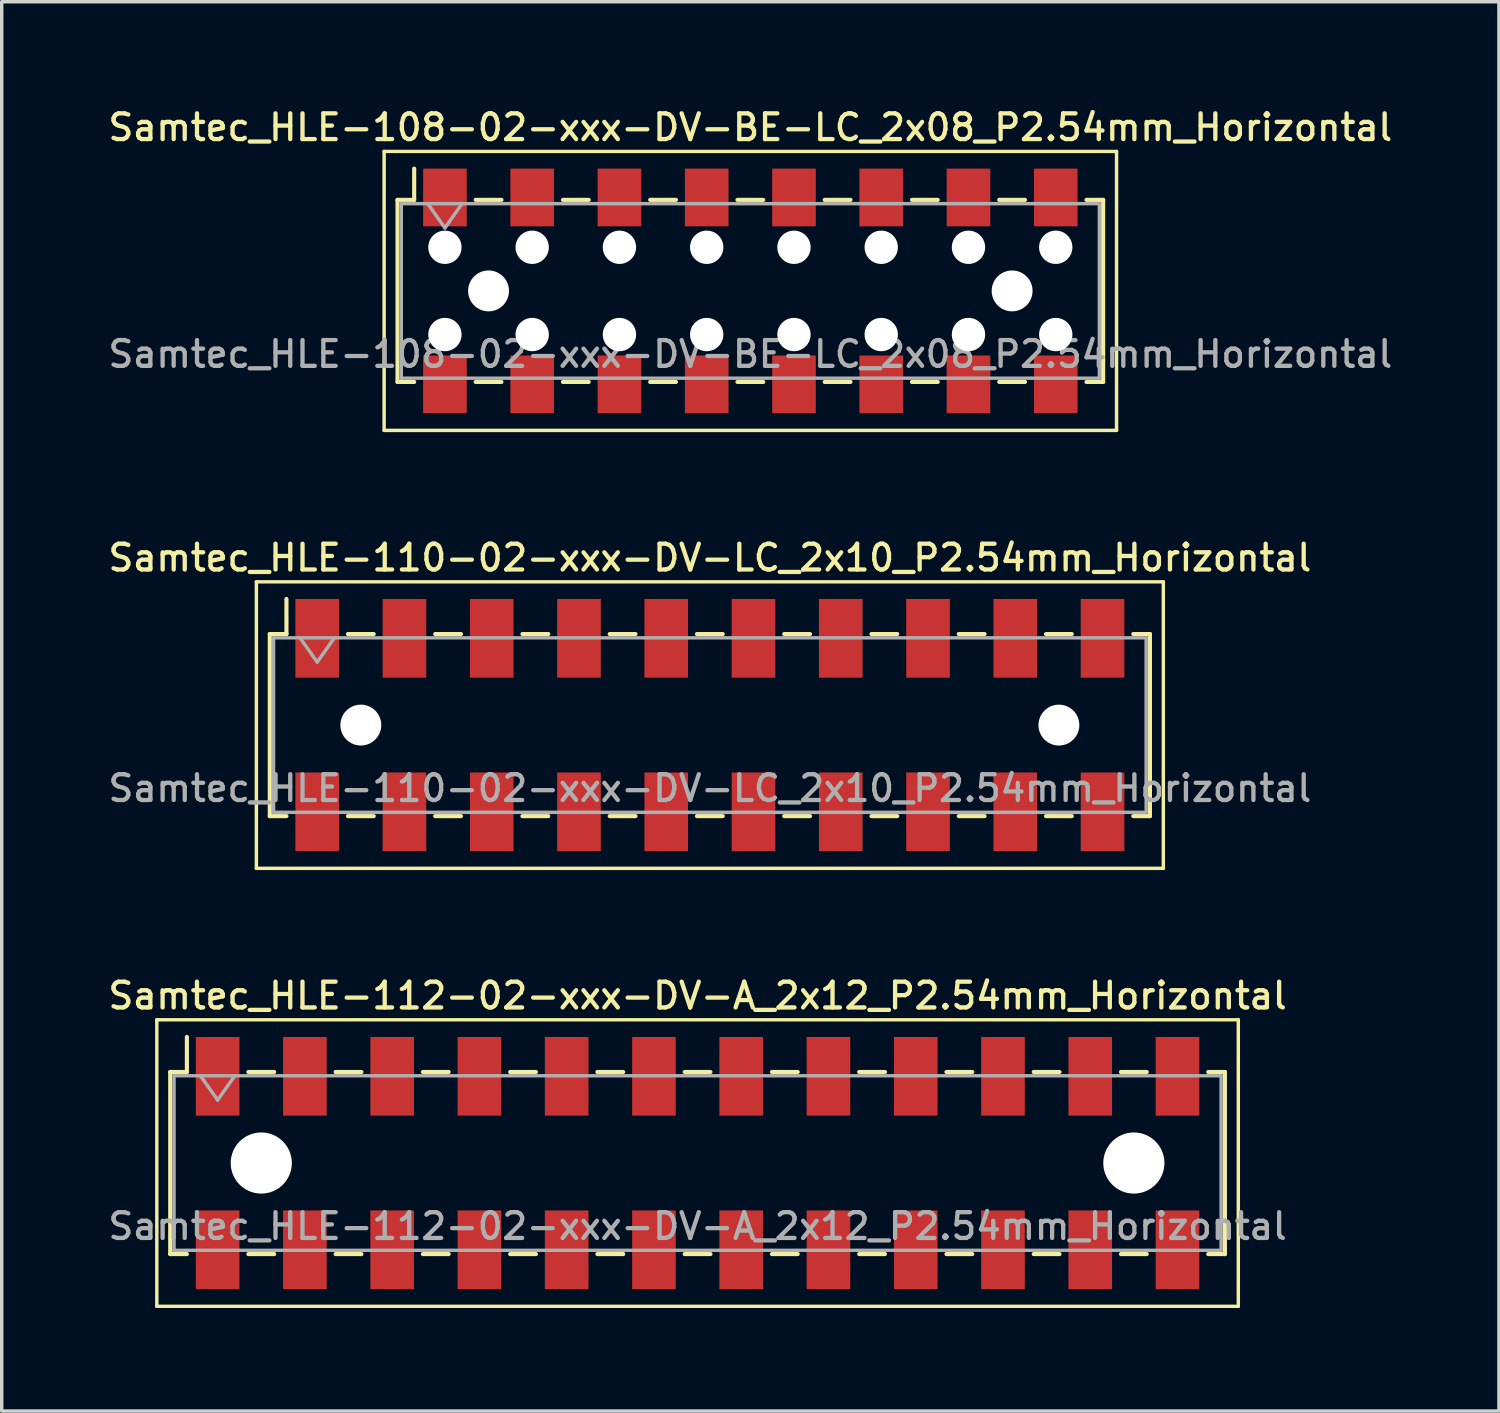
<source format=kicad_pcb>
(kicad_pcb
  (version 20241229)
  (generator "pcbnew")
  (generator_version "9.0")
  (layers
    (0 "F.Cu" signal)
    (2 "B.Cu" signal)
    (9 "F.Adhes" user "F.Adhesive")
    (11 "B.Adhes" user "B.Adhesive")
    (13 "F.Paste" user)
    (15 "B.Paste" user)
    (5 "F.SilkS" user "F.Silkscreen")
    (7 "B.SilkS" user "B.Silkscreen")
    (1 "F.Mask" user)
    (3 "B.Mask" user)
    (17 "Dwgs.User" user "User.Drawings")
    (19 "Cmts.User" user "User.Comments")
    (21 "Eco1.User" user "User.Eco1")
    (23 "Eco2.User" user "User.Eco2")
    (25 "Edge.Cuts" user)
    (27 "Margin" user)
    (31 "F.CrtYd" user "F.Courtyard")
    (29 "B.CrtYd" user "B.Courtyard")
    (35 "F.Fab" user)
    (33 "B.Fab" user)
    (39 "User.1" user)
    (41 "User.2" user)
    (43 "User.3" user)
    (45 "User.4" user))
  (footprint "Samtec_HLE-112-02-xxx-DV-A_2x12_P2.54mm_Horizontal"
    (layer "F.Cu")
    (at 17.255 30.804)
    (property "Reference" "Samtec_HLE-112-02-xxx-DV-A_2x12_P2.54mm_Horizontal" (at 0 -4.87 0) (layer "F.SilkS") (effects (font (size 0.75 0.75) (thickness 0.125))))
    (attr smd)
    (fp_line (start -15.74 -4.17) (end 15.74 -4.17) (stroke (width 0.1) (type solid)) (layer "F.SilkS"))
    (fp_line (start -15.74 4.17) (end -15.74 -4.17) (stroke (width 0.1) (type solid)) (layer "F.SilkS"))
    (fp_line (start -15.35 -2.65) (end -15.35 2.65) (stroke (width 0.12) (type solid)) (layer "F.SilkS"))
    (fp_line (start -15.35 2.65) (end -14.865 2.65) (stroke (width 0.12) (type solid)) (layer "F.SilkS"))
    (fp_line (start -14.865 -3.67) (end -14.865 -2.65) (stroke (width 0.12) (type solid)) (layer "F.SilkS"))
    (fp_line (start -14.865 -2.65) (end -15.35 -2.65) (stroke (width 0.12) (type solid)) (layer "F.SilkS"))
    (fp_line (start -13.075 -2.65) (end -12.325 -2.65) (stroke (width 0.12) (type solid)) (layer "F.SilkS"))
    (fp_line (start -13.075 2.65) (end -12.325 2.65) (stroke (width 0.12) (type solid)) (layer "F.SilkS"))
    (fp_line (start -10.535 -2.65) (end -9.785 -2.65) (stroke (width 0.12) (type solid)) (layer "F.SilkS"))
    (fp_line (start -10.535 2.65) (end -9.785 2.65) (stroke (width 0.12) (type solid)) (layer "F.SilkS"))
    (fp_line (start -7.995 -2.65) (end -7.245 -2.65) (stroke (width 0.12) (type solid)) (layer "F.SilkS"))
    (fp_line (start -7.995 2.65) (end -7.245 2.65) (stroke (width 0.12) (type solid)) (layer "F.SilkS"))
    (fp_line (start -5.455 -2.65) (end -4.705 -2.65) (stroke (width 0.12) (type solid)) (layer "F.SilkS"))
    (fp_line (start -5.455 2.65) (end -4.705 2.65) (stroke (width 0.12) (type solid)) (layer "F.SilkS"))
    (fp_line (start -2.915 -2.65) (end -2.165 -2.65) (stroke (width 0.12) (type solid)) (layer "F.SilkS"))
    (fp_line (start -2.915 2.65) (end -2.165 2.65) (stroke (width 0.12) (type solid)) (layer "F.SilkS"))
    (fp_line (start -0.375 -2.65) (end 0.375 -2.65) (stroke (width 0.12) (type solid)) (layer "F.SilkS"))
    (fp_line (start -0.375 2.65) (end 0.375 2.65) (stroke (width 0.12) (type solid)) (layer "F.SilkS"))
    (fp_line (start 2.165 -2.65) (end 2.915 -2.65) (stroke (width 0.12) (type solid)) (layer "F.SilkS"))
    (fp_line (start 2.165 2.65) (end 2.915 2.65) (stroke (width 0.12) (type solid)) (layer "F.SilkS"))
    (fp_line (start 4.705 -2.65) (end 5.455 -2.65) (stroke (width 0.12) (type solid)) (layer "F.SilkS"))
    (fp_line (start 4.705 2.65) (end 5.455 2.65) (stroke (width 0.12) (type solid)) (layer "F.SilkS"))
    (fp_line (start 7.245 -2.65) (end 7.995 -2.65) (stroke (width 0.12) (type solid)) (layer "F.SilkS"))
    (fp_line (start 7.245 2.65) (end 7.995 2.65) (stroke (width 0.12) (type solid)) (layer "F.SilkS"))
    (fp_line (start 9.785 -2.65) (end 10.535 -2.65) (stroke (width 0.12) (type solid)) (layer "F.SilkS"))
    (fp_line (start 9.785 2.65) (end 10.535 2.65) (stroke (width 0.12) (type solid)) (layer "F.SilkS"))
    (fp_line (start 12.325 -2.65) (end 13.075 -2.65) (stroke (width 0.12) (type solid)) (layer "F.SilkS"))
    (fp_line (start 12.325 2.65) (end 13.075 2.65) (stroke (width 0.12) (type solid)) (layer "F.SilkS"))
    (fp_line (start 14.865 -2.65) (end 15.35 -2.65) (stroke (width 0.12) (type solid)) (layer "F.SilkS"))
    (fp_line (start 15.35 -2.65) (end 15.35 2.65) (stroke (width 0.12) (type solid)) (layer "F.SilkS"))
    (fp_line (start 15.35 2.65) (end 14.865 2.65) (stroke (width 0.12) (type solid)) (layer "F.SilkS"))
    (fp_line (start 15.74 -4.17) (end 15.74 4.17) (stroke (width 0.1) (type solid)) (layer "F.SilkS"))
    (fp_line (start 15.74 4.17) (end -15.74 4.17) (stroke (width 0.1) (type solid)) (layer "F.SilkS"))
    (fp_line (start -15.24 -2.54) (end 15.24 -2.54) (stroke (width 0.1) (type solid)) (layer "F.Fab"))
    (fp_line (start -15.24 2.54) (end -15.24 -2.54) (stroke (width 0.1) (type solid)) (layer "F.Fab"))
    (fp_line (start -14.47 -2.54) (end -13.97 -1.833) (stroke (width 0.1) (type solid)) (layer "F.Fab"))
    (fp_line (start -13.97 -1.833) (end -13.47 -2.54) (stroke (width 0.1) (type solid)) (layer "F.Fab"))
    (fp_line (start 15.24 -2.54) (end 15.24 2.54) (stroke (width 0.1) (type solid)) (layer "F.Fab"))
    (fp_line (start 15.24 2.54) (end -15.24 2.54) (stroke (width 0.1) (type solid)) (layer "F.Fab"))
    (fp_text user "${REFERENCE}" (at 0 1.84 0) (layer "F.Fab") (effects (font (size 0.75 0.75) (thickness 0.125))))
    (pad "" np_thru_hole circle (at -12.7 0) (size 1.78 1.78) (drill 1.78) (layers "*.Cu" "*.Mask"))
    (pad "" np_thru_hole circle (at 12.7 0) (size 1.78 1.78) (drill 1.78) (layers "*.Cu" "*.Mask"))
    (pad "1" smd rect (at -13.97 -2.525) (size 1.27 2.29) (layers "F.Cu" "F.Mask" "F.Paste"))
    (pad "2" smd rect (at -13.97 2.525) (size 1.27 2.29) (layers "F.Cu" "F.Mask" "F.Paste"))
    (pad "3" smd rect (at -11.43 -2.525) (size 1.27 2.29) (layers "F.Cu" "F.Mask" "F.Paste"))
    (pad "4" smd rect (at -11.43 2.525) (size 1.27 2.29) (layers "F.Cu" "F.Mask" "F.Paste"))
    (pad "5" smd rect (at -8.89 -2.525) (size 1.27 2.29) (layers "F.Cu" "F.Mask" "F.Paste"))
    (pad "6" smd rect (at -8.89 2.525) (size 1.27 2.29) (layers "F.Cu" "F.Mask" "F.Paste"))
    (pad "7" smd rect (at -6.35 -2.525) (size 1.27 2.29) (layers "F.Cu" "F.Mask" "F.Paste"))
    (pad "8" smd rect (at -6.35 2.525) (size 1.27 2.29) (layers "F.Cu" "F.Mask" "F.Paste"))
    (pad "9" smd rect (at -3.81 -2.525) (size 1.27 2.29) (layers "F.Cu" "F.Mask" "F.Paste"))
    (pad "10" smd rect (at -3.81 2.525) (size 1.27 2.29) (layers "F.Cu" "F.Mask" "F.Paste"))
    (pad "11" smd rect (at -1.27 -2.525) (size 1.27 2.29) (layers "F.Cu" "F.Mask" "F.Paste"))
    (pad "12" smd rect (at -1.27 2.525) (size 1.27 2.29) (layers "F.Cu" "F.Mask" "F.Paste"))
    (pad "13" smd rect (at 1.27 -2.525) (size 1.27 2.29) (layers "F.Cu" "F.Mask" "F.Paste"))
    (pad "14" smd rect (at 1.27 2.525) (size 1.27 2.29) (layers "F.Cu" "F.Mask" "F.Paste"))
    (pad "15" smd rect (at 3.81 -2.525) (size 1.27 2.29) (layers "F.Cu" "F.Mask" "F.Paste"))
    (pad "16" smd rect (at 3.81 2.525) (size 1.27 2.29) (layers "F.Cu" "F.Mask" "F.Paste"))
    (pad "17" smd rect (at 6.35 -2.525) (size 1.27 2.29) (layers "F.Cu" "F.Mask" "F.Paste"))
    (pad "18" smd rect (at 6.35 2.525) (size 1.27 2.29) (layers "F.Cu" "F.Mask" "F.Paste"))
    (pad "19" smd rect (at 8.89 -2.525) (size 1.27 2.29) (layers "F.Cu" "F.Mask" "F.Paste"))
    (pad "20" smd rect (at 8.89 2.525) (size 1.27 2.29) (layers "F.Cu" "F.Mask" "F.Paste"))
    (pad "21" smd rect (at 11.43 -2.525) (size 1.27 2.29) (layers "F.Cu" "F.Mask" "F.Paste"))
    (pad "22" smd rect (at 11.43 2.525) (size 1.27 2.29) (layers "F.Cu" "F.Mask" "F.Paste"))
    (pad "23" smd rect (at 13.97 -2.525) (size 1.27 2.29) (layers "F.Cu" "F.Mask" "F.Paste"))
    (pad "24" smd rect (at 13.97 2.525) (size 1.27 2.29) (layers "F.Cu" "F.Mask" "F.Paste")))
  (footprint "Samtec_HLE-110-02-xxx-DV-LC_2x10_P2.54mm_Horizontal"
    (layer "F.Cu")
    (at 17.613 18.056)
    (property "Reference" "Samtec_HLE-110-02-xxx-DV-LC_2x10_P2.54mm_Horizontal" (at 0 -4.87 0) (layer "F.SilkS") (effects (font (size 0.75 0.75) (thickness 0.125))))
    (attr smd)
    (fp_line (start -13.2 -4.17) (end 13.2 -4.17) (stroke (width 0.1) (type solid)) (layer "F.SilkS"))
    (fp_line (start -13.2 4.17) (end -13.2 -4.17) (stroke (width 0.1) (type solid)) (layer "F.SilkS"))
    (fp_line (start -12.81 -2.65) (end -12.81 2.65) (stroke (width 0.12) (type solid)) (layer "F.SilkS"))
    (fp_line (start -12.81 2.65) (end -12.325 2.65) (stroke (width 0.12) (type solid)) (layer "F.SilkS"))
    (fp_line (start -12.325 -3.67) (end -12.325 -2.65) (stroke (width 0.12) (type solid)) (layer "F.SilkS"))
    (fp_line (start -12.325 -2.65) (end -12.81 -2.65) (stroke (width 0.12) (type solid)) (layer "F.SilkS"))
    (fp_line (start -10.535 -2.65) (end -9.785 -2.65) (stroke (width 0.12) (type solid)) (layer "F.SilkS"))
    (fp_line (start -10.535 2.65) (end -9.785 2.65) (stroke (width 0.12) (type solid)) (layer "F.SilkS"))
    (fp_line (start -7.995 -2.65) (end -7.245 -2.65) (stroke (width 0.12) (type solid)) (layer "F.SilkS"))
    (fp_line (start -7.995 2.65) (end -7.245 2.65) (stroke (width 0.12) (type solid)) (layer "F.SilkS"))
    (fp_line (start -5.455 -2.65) (end -4.705 -2.65) (stroke (width 0.12) (type solid)) (layer "F.SilkS"))
    (fp_line (start -5.455 2.65) (end -4.705 2.65) (stroke (width 0.12) (type solid)) (layer "F.SilkS"))
    (fp_line (start -2.915 -2.65) (end -2.165 -2.65) (stroke (width 0.12) (type solid)) (layer "F.SilkS"))
    (fp_line (start -2.915 2.65) (end -2.165 2.65) (stroke (width 0.12) (type solid)) (layer "F.SilkS"))
    (fp_line (start -0.375 -2.65) (end 0.375 -2.65) (stroke (width 0.12) (type solid)) (layer "F.SilkS"))
    (fp_line (start -0.375 2.65) (end 0.375 2.65) (stroke (width 0.12) (type solid)) (layer "F.SilkS"))
    (fp_line (start 2.165 -2.65) (end 2.915 -2.65) (stroke (width 0.12) (type solid)) (layer "F.SilkS"))
    (fp_line (start 2.165 2.65) (end 2.915 2.65) (stroke (width 0.12) (type solid)) (layer "F.SilkS"))
    (fp_line (start 4.705 -2.65) (end 5.455 -2.65) (stroke (width 0.12) (type solid)) (layer "F.SilkS"))
    (fp_line (start 4.705 2.65) (end 5.455 2.65) (stroke (width 0.12) (type solid)) (layer "F.SilkS"))
    (fp_line (start 7.245 -2.65) (end 7.995 -2.65) (stroke (width 0.12) (type solid)) (layer "F.SilkS"))
    (fp_line (start 7.245 2.65) (end 7.995 2.65) (stroke (width 0.12) (type solid)) (layer "F.SilkS"))
    (fp_line (start 9.785 -2.65) (end 10.535 -2.65) (stroke (width 0.12) (type solid)) (layer "F.SilkS"))
    (fp_line (start 9.785 2.65) (end 10.535 2.65) (stroke (width 0.12) (type solid)) (layer "F.SilkS"))
    (fp_line (start 12.325 -2.65) (end 12.81 -2.65) (stroke (width 0.12) (type solid)) (layer "F.SilkS"))
    (fp_line (start 12.81 -2.65) (end 12.81 2.65) (stroke (width 0.12) (type solid)) (layer "F.SilkS"))
    (fp_line (start 12.81 2.65) (end 12.325 2.65) (stroke (width 0.12) (type solid)) (layer "F.SilkS"))
    (fp_line (start 13.2 -4.17) (end 13.2 4.17) (stroke (width 0.1) (type solid)) (layer "F.SilkS"))
    (fp_line (start 13.2 4.17) (end -13.2 4.17) (stroke (width 0.1) (type solid)) (layer "F.SilkS"))
    (fp_line (start -12.7 -2.54) (end 12.7 -2.54) (stroke (width 0.1) (type solid)) (layer "F.Fab"))
    (fp_line (start -12.7 2.54) (end -12.7 -2.54) (stroke (width 0.1) (type solid)) (layer "F.Fab"))
    (fp_line (start -11.93 -2.54) (end -11.43 -1.833) (stroke (width 0.1) (type solid)) (layer "F.Fab"))
    (fp_line (start -11.43 -1.833) (end -10.93 -2.54) (stroke (width 0.1) (type solid)) (layer "F.Fab"))
    (fp_line (start 12.7 -2.54) (end 12.7 2.54) (stroke (width 0.1) (type solid)) (layer "F.Fab"))
    (fp_line (start 12.7 2.54) (end -12.7 2.54) (stroke (width 0.1) (type solid)) (layer "F.Fab"))
    (fp_text user "${REFERENCE}" (at 0 1.84 0) (layer "F.Fab") (effects (font (size 0.75 0.75) (thickness 0.125))))
    (pad "" np_thru_hole circle (at -10.16 0) (size 1.19 1.19) (drill 1.19) (layers "*.Cu" "*.Mask"))
    (pad "" np_thru_hole circle (at 10.16 0) (size 1.19 1.19) (drill 1.19) (layers "*.Cu" "*.Mask"))
    (pad "1" smd rect (at -11.43 -2.525) (size 1.27 2.29) (layers "F.Cu" "F.Mask" "F.Paste"))
    (pad "2" smd rect (at -11.43 2.525) (size 1.27 2.29) (layers "F.Cu" "F.Mask" "F.Paste"))
    (pad "3" smd rect (at -8.89 -2.525) (size 1.27 2.29) (layers "F.Cu" "F.Mask" "F.Paste"))
    (pad "4" smd rect (at -8.89 2.525) (size 1.27 2.29) (layers "F.Cu" "F.Mask" "F.Paste"))
    (pad "5" smd rect (at -6.35 -2.525) (size 1.27 2.29) (layers "F.Cu" "F.Mask" "F.Paste"))
    (pad "6" smd rect (at -6.35 2.525) (size 1.27 2.29) (layers "F.Cu" "F.Mask" "F.Paste"))
    (pad "7" smd rect (at -3.81 -2.525) (size 1.27 2.29) (layers "F.Cu" "F.Mask" "F.Paste"))
    (pad "8" smd rect (at -3.81 2.525) (size 1.27 2.29) (layers "F.Cu" "F.Mask" "F.Paste"))
    (pad "9" smd rect (at -1.27 -2.525) (size 1.27 2.29) (layers "F.Cu" "F.Mask" "F.Paste"))
    (pad "10" smd rect (at -1.27 2.525) (size 1.27 2.29) (layers "F.Cu" "F.Mask" "F.Paste"))
    (pad "11" smd rect (at 1.27 -2.525) (size 1.27 2.29) (layers "F.Cu" "F.Mask" "F.Paste"))
    (pad "12" smd rect (at 1.27 2.525) (size 1.27 2.29) (layers "F.Cu" "F.Mask" "F.Paste"))
    (pad "13" smd rect (at 3.81 -2.525) (size 1.27 2.29) (layers "F.Cu" "F.Mask" "F.Paste"))
    (pad "14" smd rect (at 3.81 2.525) (size 1.27 2.29) (layers "F.Cu" "F.Mask" "F.Paste"))
    (pad "15" smd rect (at 6.35 -2.525) (size 1.27 2.29) (layers "F.Cu" "F.Mask" "F.Paste"))
    (pad "16" smd rect (at 6.35 2.525) (size 1.27 2.29) (layers "F.Cu" "F.Mask" "F.Paste"))
    (pad "17" smd rect (at 8.89 -2.525) (size 1.27 2.29) (layers "F.Cu" "F.Mask" "F.Paste"))
    (pad "18" smd rect (at 8.89 2.525) (size 1.27 2.29) (layers "F.Cu" "F.Mask" "F.Paste"))
    (pad "19" smd rect (at 11.43 -2.525) (size 1.27 2.29) (layers "F.Cu" "F.Mask" "F.Paste"))
    (pad "20" smd rect (at 11.43 2.525) (size 1.27 2.29) (layers "F.Cu" "F.Mask" "F.Paste")))
  (footprint "Samtec_HLE-108-02-xxx-DV-BE-LC_2x08_P2.54mm_Horizontal"
    (layer "F.Cu")
    (at 18.791 5.418)
    (property "Reference" "Samtec_HLE-108-02-xxx-DV-BE-LC_2x08_P2.54mm_Horizontal" (at 0 -4.76 0) (layer "F.SilkS") (effects (font (size 0.75 0.75) (thickness 0.125))))
    (attr smd)
    (fp_line (start -10.66 -4.06) (end 10.66 -4.06) (stroke (width 0.1) (type solid)) (layer "F.SilkS"))
    (fp_line (start -10.66 4.06) (end -10.66 -4.06) (stroke (width 0.1) (type solid)) (layer "F.SilkS"))
    (fp_line (start -10.27 -2.65) (end -10.27 2.65) (stroke (width 0.12) (type solid)) (layer "F.SilkS"))
    (fp_line (start -10.27 2.65) (end -9.785 2.65) (stroke (width 0.12) (type solid)) (layer "F.SilkS"))
    (fp_line (start -9.785 -3.56) (end -9.785 -2.65) (stroke (width 0.12) (type solid)) (layer "F.SilkS"))
    (fp_line (start -9.785 -2.65) (end -10.27 -2.65) (stroke (width 0.12) (type solid)) (layer "F.SilkS"))
    (fp_line (start -7.995 -2.65) (end -7.245 -2.65) (stroke (width 0.12) (type solid)) (layer "F.SilkS"))
    (fp_line (start -7.995 2.65) (end -7.245 2.65) (stroke (width 0.12) (type solid)) (layer "F.SilkS"))
    (fp_line (start -5.455 -2.65) (end -4.705 -2.65) (stroke (width 0.12) (type solid)) (layer "F.SilkS"))
    (fp_line (start -5.455 2.65) (end -4.705 2.65) (stroke (width 0.12) (type solid)) (layer "F.SilkS"))
    (fp_line (start -2.915 -2.65) (end -2.165 -2.65) (stroke (width 0.12) (type solid)) (layer "F.SilkS"))
    (fp_line (start -2.915 2.65) (end -2.165 2.65) (stroke (width 0.12) (type solid)) (layer "F.SilkS"))
    (fp_line (start -0.375 -2.65) (end 0.375 -2.65) (stroke (width 0.12) (type solid)) (layer "F.SilkS"))
    (fp_line (start -0.375 2.65) (end 0.375 2.65) (stroke (width 0.12) (type solid)) (layer "F.SilkS"))
    (fp_line (start 2.165 -2.65) (end 2.915 -2.65) (stroke (width 0.12) (type solid)) (layer "F.SilkS"))
    (fp_line (start 2.165 2.65) (end 2.915 2.65) (stroke (width 0.12) (type solid)) (layer "F.SilkS"))
    (fp_line (start 4.705 -2.65) (end 5.455 -2.65) (stroke (width 0.12) (type solid)) (layer "F.SilkS"))
    (fp_line (start 4.705 2.65) (end 5.455 2.65) (stroke (width 0.12) (type solid)) (layer "F.SilkS"))
    (fp_line (start 7.245 -2.65) (end 7.995 -2.65) (stroke (width 0.12) (type solid)) (layer "F.SilkS"))
    (fp_line (start 7.245 2.65) (end 7.995 2.65) (stroke (width 0.12) (type solid)) (layer "F.SilkS"))
    (fp_line (start 9.785 -2.65) (end 10.27 -2.65) (stroke (width 0.12) (type solid)) (layer "F.SilkS"))
    (fp_line (start 10.27 -2.65) (end 10.27 2.65) (stroke (width 0.12) (type solid)) (layer "F.SilkS"))
    (fp_line (start 10.27 2.65) (end 9.785 2.65) (stroke (width 0.12) (type solid)) (layer "F.SilkS"))
    (fp_line (start 10.66 -4.06) (end 10.66 4.06) (stroke (width 0.1) (type solid)) (layer "F.SilkS"))
    (fp_line (start 10.66 4.06) (end -10.66 4.06) (stroke (width 0.1) (type solid)) (layer "F.SilkS"))
    (fp_line (start -10.16 -2.54) (end 10.16 -2.54) (stroke (width 0.1) (type solid)) (layer "F.Fab"))
    (fp_line (start -10.16 2.54) (end -10.16 -2.54) (stroke (width 0.1) (type solid)) (layer "F.Fab"))
    (fp_line (start -9.39 -2.54) (end -8.89 -1.833) (stroke (width 0.1) (type solid)) (layer "F.Fab"))
    (fp_line (start -8.89 -1.833) (end -8.39 -2.54) (stroke (width 0.1) (type solid)) (layer "F.Fab"))
    (fp_line (start 10.16 -2.54) (end 10.16 2.54) (stroke (width 0.1) (type solid)) (layer "F.Fab"))
    (fp_line (start 10.16 2.54) (end -10.16 2.54) (stroke (width 0.1) (type solid)) (layer "F.Fab"))
    (fp_text user "${REFERENCE}" (at 0 1.84 0) (layer "F.Fab") (effects (font (size 0.75 0.75) (thickness 0.125))))
    (pad "" np_thru_hole circle (at -8.89 -1.27) (size 0.97 0.97) (drill 0.97) (layers "*.Cu" "*.Mask"))
    (pad "" np_thru_hole circle (at -8.89 1.27) (size 0.97 0.97) (drill 0.97) (layers "*.Cu" "*.Mask"))
    (pad "" np_thru_hole circle (at -7.62 0) (size 1.19 1.19) (drill 1.19) (layers "*.Cu" "*.Mask"))
    (pad "" np_thru_hole circle (at -6.35 -1.27) (size 0.97 0.97) (drill 0.97) (layers "*.Cu" "*.Mask"))
    (pad "" np_thru_hole circle (at -6.35 1.27) (size 0.97 0.97) (drill 0.97) (layers "*.Cu" "*.Mask"))
    (pad "" np_thru_hole circle (at -3.81 -1.27) (size 0.97 0.97) (drill 0.97) (layers "*.Cu" "*.Mask"))
    (pad "" np_thru_hole circle (at -3.81 1.27) (size 0.97 0.97) (drill 0.97) (layers "*.Cu" "*.Mask"))
    (pad "" np_thru_hole circle (at -1.27 -1.27) (size 0.97 0.97) (drill 0.97) (layers "*.Cu" "*.Mask"))
    (pad "" np_thru_hole circle (at -1.27 1.27) (size 0.97 0.97) (drill 0.97) (layers "*.Cu" "*.Mask"))
    (pad "" np_thru_hole circle (at 1.27 -1.27) (size 0.97 0.97) (drill 0.97) (layers "*.Cu" "*.Mask"))
    (pad "" np_thru_hole circle (at 1.27 1.27) (size 0.97 0.97) (drill 0.97) (layers "*.Cu" "*.Mask"))
    (pad "" np_thru_hole circle (at 3.81 -1.27) (size 0.97 0.97) (drill 0.97) (layers "*.Cu" "*.Mask"))
    (pad "" np_thru_hole circle (at 3.81 1.27) (size 0.97 0.97) (drill 0.97) (layers "*.Cu" "*.Mask"))
    (pad "" np_thru_hole circle (at 6.35 -1.27) (size 0.97 0.97) (drill 0.97) (layers "*.Cu" "*.Mask"))
    (pad "" np_thru_hole circle (at 6.35 1.27) (size 0.97 0.97) (drill 0.97) (layers "*.Cu" "*.Mask"))
    (pad "" np_thru_hole circle (at 7.62 0) (size 1.19 1.19) (drill 1.19) (layers "*.Cu" "*.Mask"))
    (pad "" np_thru_hole circle (at 8.89 -1.27) (size 0.97 0.97) (drill 0.97) (layers "*.Cu" "*.Mask"))
    (pad "" np_thru_hole circle (at 8.89 1.27) (size 0.97 0.97) (drill 0.97) (layers "*.Cu" "*.Mask"))
    (pad "1" smd rect (at -8.89 -2.72) (size 1.27 1.68) (layers "F.Cu" "F.Mask" "F.Paste"))
    (pad "2" smd rect (at -8.89 2.72) (size 1.27 1.68) (layers "F.Cu" "F.Mask" "F.Paste"))
    (pad "3" smd rect (at -6.35 -2.72) (size 1.27 1.68) (layers "F.Cu" "F.Mask" "F.Paste"))
    (pad "4" smd rect (at -6.35 2.72) (size 1.27 1.68) (layers "F.Cu" "F.Mask" "F.Paste"))
    (pad "5" smd rect (at -3.81 -2.72) (size 1.27 1.68) (layers "F.Cu" "F.Mask" "F.Paste"))
    (pad "6" smd rect (at -3.81 2.72) (size 1.27 1.68) (layers "F.Cu" "F.Mask" "F.Paste"))
    (pad "7" smd rect (at -1.27 -2.72) (size 1.27 1.68) (layers "F.Cu" "F.Mask" "F.Paste"))
    (pad "8" smd rect (at -1.27 2.72) (size 1.27 1.68) (layers "F.Cu" "F.Mask" "F.Paste"))
    (pad "9" smd rect (at 1.27 -2.72) (size 1.27 1.68) (layers "F.Cu" "F.Mask" "F.Paste"))
    (pad "10" smd rect (at 1.27 2.72) (size 1.27 1.68) (layers "F.Cu" "F.Mask" "F.Paste"))
    (pad "11" smd rect (at 3.81 -2.72) (size 1.27 1.68) (layers "F.Cu" "F.Mask" "F.Paste"))
    (pad "12" smd rect (at 3.81 2.72) (size 1.27 1.68) (layers "F.Cu" "F.Mask" "F.Paste"))
    (pad "13" smd rect (at 6.35 -2.72) (size 1.27 1.68) (layers "F.Cu" "F.Mask" "F.Paste"))
    (pad "14" smd rect (at 6.35 2.72) (size 1.27 1.68) (layers "F.Cu" "F.Mask" "F.Paste"))
    (pad "15" smd rect (at 8.89 -2.72) (size 1.27 1.68) (layers "F.Cu" "F.Mask" "F.Paste"))
    (pad "16" smd rect (at 8.89 2.72) (size 1.27 1.68) (layers "F.Cu" "F.Mask" "F.Paste")))
  (gr_rect
    (start -3 -3)
    (end 40.582 38.024)
    (stroke (width 0.1) (type default))
    (fill no)
    (layer "Edge.Cuts")))
</source>
